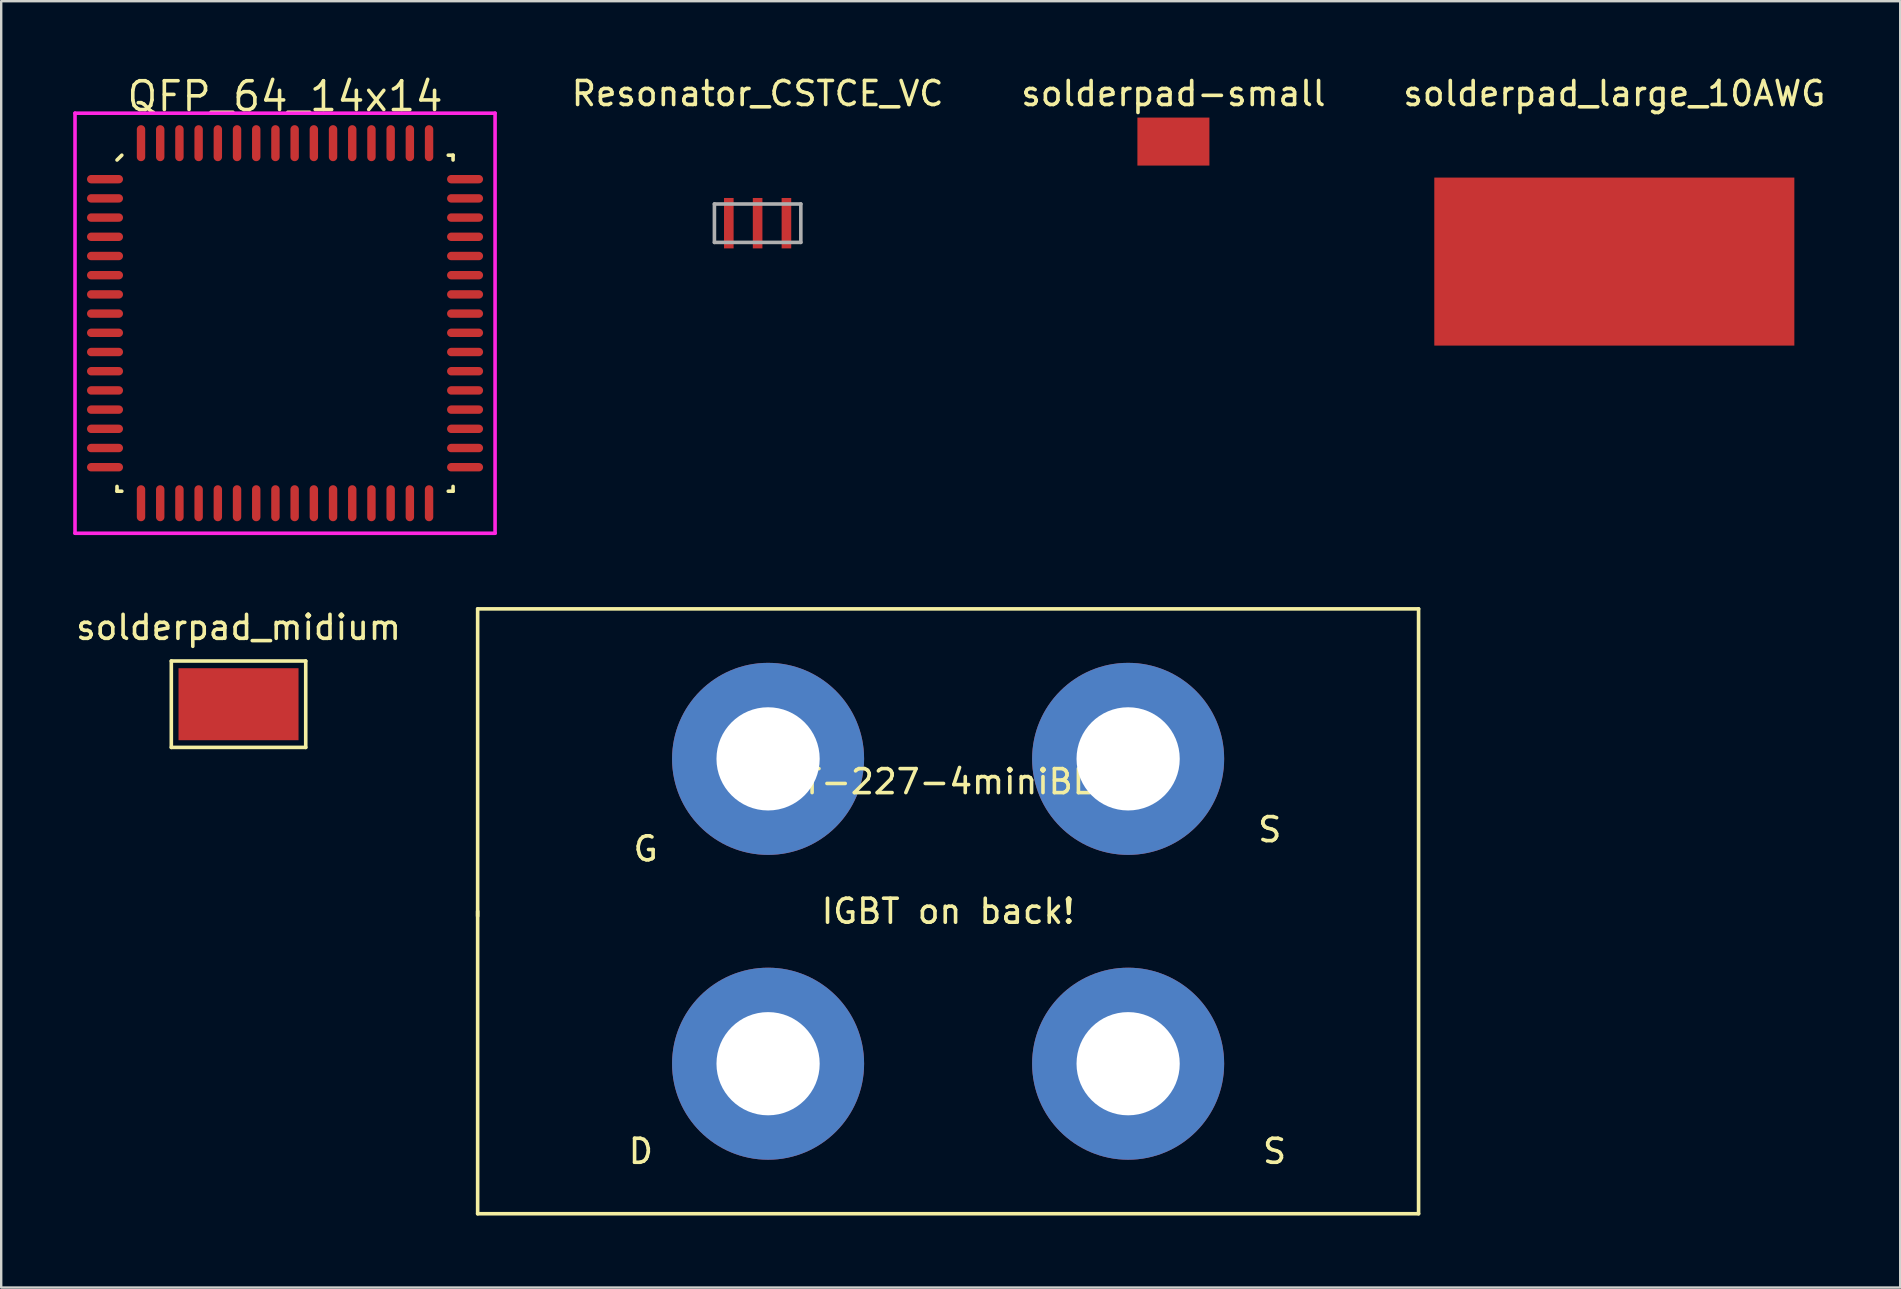
<source format=kicad_pcb>
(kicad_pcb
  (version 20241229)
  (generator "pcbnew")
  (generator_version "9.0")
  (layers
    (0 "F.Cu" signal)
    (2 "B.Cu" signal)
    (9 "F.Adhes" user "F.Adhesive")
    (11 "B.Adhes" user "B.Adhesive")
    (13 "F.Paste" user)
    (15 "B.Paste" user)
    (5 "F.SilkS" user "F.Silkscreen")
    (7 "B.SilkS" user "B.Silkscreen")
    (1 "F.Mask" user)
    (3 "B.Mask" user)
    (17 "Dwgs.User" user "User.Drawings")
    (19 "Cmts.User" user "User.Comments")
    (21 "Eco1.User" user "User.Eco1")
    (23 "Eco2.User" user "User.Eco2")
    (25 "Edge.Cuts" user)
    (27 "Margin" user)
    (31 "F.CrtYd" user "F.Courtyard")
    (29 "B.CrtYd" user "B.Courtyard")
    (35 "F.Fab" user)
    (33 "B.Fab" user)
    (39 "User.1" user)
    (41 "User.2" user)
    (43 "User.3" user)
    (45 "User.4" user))
  (footprint "solderpad_large_10AWG"
    (layer "F.Cu")
    (at 64.204 7.848)
    (property "Reference" "solderpad_large_10AWG" (at 0 -7 0) (layer "F.SilkS") (effects (font (size 1 1) (thickness 0.15))))
    (attr through_hole)
    (pad "1" smd rect (at 0 0) (size 15 7) (layers "F.Cu" "F.Mask" "F.Paste")))
  (footprint "solderpad-small"
    (layer "F.Cu")
    (at 45.835 2.848)
    (property "Reference" "solderpad-small" (at 0 -2 0) (layer "F.SilkS") (effects (font (size 1 1) (thickness 0.15))))
    (attr through_hole)
    (pad "1" smd rect (at 0 0) (size 3 2) (layers "F.Cu" "F.Mask" "F.Paste")))
  (footprint "Resonator_CSTCE_VC"
    (layer "F.Cu")
    (at 28.513 6.248)
    (property "Reference" "Resonator_CSTCE_VC" (at 0 -5.4 0) (layer "F.SilkS") (effects (font (size 1 1) (thickness 0.15))))
    (attr through_hole)
    (fp_line (start -1.8 -0.8) (end 1.8 -0.8) (stroke (width 0.15) (type solid)) (layer "F.Fab"))
    (fp_line (start -1.8 0.8) (end -1.8 -0.8) (stroke (width 0.15) (type solid)) (layer "F.Fab"))
    (fp_line (start 1.8 -0.8) (end 1.8 0.8) (stroke (width 0.15) (type solid)) (layer "F.Fab"))
    (fp_line (start 1.8 0.8) (end -1.8 0.8) (stroke (width 0.15) (type solid)) (layer "F.Fab"))
    (pad "1" smd rect (at -1.2 0) (size 0.4 2.1) (layers "F.Cu" "F.Mask" "F.Paste"))
    (pad "2" smd rect (at 0 0) (size 0.4 2.1) (layers "F.Cu" "F.Mask" "F.Paste"))
    (pad "3" smd rect (at 1.2 0) (size 0.4 2.1) (layers "F.Cu" "F.Mask" "F.Paste")))
  (footprint "solderpad_midium"
    (layer "F.Cu")
    (at 6.887 26.288)
    (property "Reference" "solderpad_midium" (at 0 -3.2 0) (layer "F.SilkS") (effects (font (size 1 1) (thickness 0.15))))
    (attr through_hole)
    (fp_line (start -2.8 -1.8) (end 2.8 -1.8) (stroke (width 0.15) (type solid)) (layer "F.SilkS"))
    (fp_line (start -2.8 1.8) (end -2.8 -1.8) (stroke (width 0.15) (type solid)) (layer "F.SilkS"))
    (fp_line (start 2.8 -1.8) (end 2.8 1.8) (stroke (width 0.15) (type solid)) (layer "F.SilkS"))
    (fp_line (start 2.8 1.8) (end -2.8 1.8) (stroke (width 0.15) (type solid)) (layer "F.SilkS"))
    (pad "1" smd rect (at 0 0) (size 5 3) (layers "F.Cu" "F.Mask" "F.Paste")))
  (footprint "SOT-227-4miniBLOC"
    (layer "F.Cu")
    (at 36.449 34.915)
    (property "Reference" "SOT-227-4miniBLOC" (at 0 -5.4 0) (layer "F.SilkS") (effects (font (size 1 1) (thickness 0.15))))
    (attr through_hole)
    (fp_line (start -19.6 -12.6) (end 19.6 -12.6) (stroke (width 0.15) (type solid)) (layer "F.SilkS"))
    (fp_line (start -19.6 0.2) (end -19.6 -12.6) (stroke (width 0.15) (type solid)) (layer "F.SilkS"))
    (fp_line (start -19.6 12.6) (end -19.6 0) (stroke (width 0.15) (type solid)) (layer "F.SilkS"))
    (fp_line (start 19.6 -12.6) (end 19.6 12.6) (stroke (width 0.15) (type solid)) (layer "F.SilkS"))
    (fp_line (start 19.6 12.6) (end -19.6 12.6) (stroke (width 0.15) (type solid)) (layer "F.SilkS"))
    (fp_text user "S" (at 13.6 10 0) (layer "F.SilkS") (effects (font (size 1 1) (thickness 0.15))))
    (fp_text user "D" (at -12.8 10 0) (layer "F.SilkS") (effects (font (size 1 1) (thickness 0.15))))
    (fp_text user "G" (at -12.6 -2.6 0) (layer "F.SilkS") (effects (font (size 1 1) (thickness 0.15))))
    (fp_text user "S" (at 13.4 -3.4 0) (layer "F.SilkS") (effects (font (size 1 1) (thickness 0.15))))
    (fp_text user "IGBT on back!" (at 0 0 0) (layer "F.SilkS") (effects (font (size 1 1) (thickness 0.15))))
    (pad "D" thru_hole circle (at -7.5 6.35) (size 8 8) (drill 4.3) (layers "*.Cu" "*.Mask"))
    (pad "G" thru_hole circle (at -7.5 -6.35) (size 8 8) (drill 4.3) (layers "*.Cu" "*.Mask"))
    (pad "S" thru_hole circle (at 7.5 -6.35) (size 8 8) (drill 4.3) (layers "*.Cu" "*.Mask"))
    (pad "S" thru_hole circle (at 7.5 6.35) (size 8 8) (drill 4.3) (layers "*.Cu" "*.Mask")))
  (footprint "QFP_64_14x14"
    (layer "F.Cu")
    (at 8.825 10.415)
    (property "Reference" "QFP_64_14x14" (at 0 -9.45 0) (layer "F.SilkS") (effects (font (size 1.2 1.2) (thickness 0.15))))
    (attr through_hole)
    (fp_line (start -7 -6.8) (end -6.8 -7) (stroke (width 0.15) (type solid)) (layer "F.SilkS"))
    (fp_line (start -7 7) (end -7 6.8) (stroke (width 0.15) (type solid)) (layer "F.SilkS"))
    (fp_line (start -6.8 7) (end -7 7) (stroke (width 0.15) (type solid)) (layer "F.SilkS"))
    (fp_line (start 6.8 -7) (end 7 -7) (stroke (width 0.15) (type solid)) (layer "F.SilkS"))
    (fp_line (start 6.8 7) (end 7 7) (stroke (width 0.15) (type solid)) (layer "F.SilkS"))
    (fp_line (start 7 -7) (end 7 -6.8) (stroke (width 0.15) (type solid)) (layer "F.SilkS"))
    (fp_line (start 7 7) (end 7 6.8) (stroke (width 0.15) (type solid)) (layer "F.SilkS"))
    (fp_line (start -8.75 -8.75) (end 8.75 -8.75) (stroke (width 0.15) (type solid)) (layer "F.CrtYd"))
    (fp_line (start -8.75 8.75) (end -8.75 -8.75) (stroke (width 0.15) (type solid)) (layer "F.CrtYd"))
    (fp_line (start 8.75 -8.75) (end 8.75 8.75) (stroke (width 0.15) (type solid)) (layer "F.CrtYd"))
    (fp_line (start 8.75 8.75) (end -8.75 8.75) (stroke (width 0.15) (type solid)) (layer "F.CrtYd"))
    (pad "1" smd oval (at -7.5 -6 90) (size 0.35 1.5) (layers "F.Cu" "F.Mask" "F.Paste"))
    (pad "2" smd oval (at -7.5 -5.2 90) (size 0.35 1.5) (layers "F.Cu" "F.Mask" "F.Paste"))
    (pad "3" smd oval (at -7.5 -4.4 90) (size 0.35 1.5) (layers "F.Cu" "F.Mask" "F.Paste"))
    (pad "4" smd oval (at -7.5 -3.6 90) (size 0.35 1.5) (layers "F.Cu" "F.Mask" "F.Paste"))
    (pad "5" smd oval (at -7.5 -2.8 90) (size 0.35 1.5) (layers "F.Cu" "F.Mask" "F.Paste"))
    (pad "6" smd oval (at -7.5 -2 90) (size 0.35 1.5) (layers "F.Cu" "F.Mask" "F.Paste"))
    (pad "7" smd oval (at -7.5 -1.2 90) (size 0.35 1.5) (layers "F.Cu" "F.Mask" "F.Paste"))
    (pad "8" smd oval (at -7.5 -0.4 90) (size 0.35 1.5) (layers "F.Cu" "F.Mask" "F.Paste"))
    (pad "9" smd oval (at -7.5 0.4 90) (size 0.35 1.5) (layers "F.Cu" "F.Mask" "F.Paste"))
    (pad "10" smd oval (at -7.5 1.2 90) (size 0.35 1.5) (layers "F.Cu" "F.Mask" "F.Paste"))
    (pad "11" smd oval (at -7.5 2 90) (size 0.35 1.5) (layers "F.Cu" "F.Mask" "F.Paste"))
    (pad "12" smd oval (at -7.5 2.8 90) (size 0.35 1.5) (layers "F.Cu" "F.Mask" "F.Paste"))
    (pad "13" smd oval (at -7.5 3.6 90) (size 0.35 1.5) (layers "F.Cu" "F.Mask" "F.Paste"))
    (pad "14" smd oval (at -7.5 4.4 90) (size 0.35 1.5) (layers "F.Cu" "F.Mask" "F.Paste"))
    (pad "15" smd oval (at -7.5 5.2 90) (size 0.35 1.5) (layers "F.Cu" "F.Mask" "F.Paste"))
    (pad "16" smd oval (at -7.5 6 90) (size 0.35 1.5) (layers "F.Cu" "F.Mask" "F.Paste"))
    (pad "17" smd oval (at -6 7.5) (size 0.35 1.5) (layers "F.Cu" "F.Mask" "F.Paste"))
    (pad "18" smd oval (at -5.2 7.5) (size 0.35 1.5) (layers "F.Cu" "F.Mask" "F.Paste"))
    (pad "19" smd oval (at -4.4 7.5) (size 0.35 1.5) (layers "F.Cu" "F.Mask" "F.Paste"))
    (pad "20" smd oval (at -3.6 7.5) (size 0.35 1.5) (layers "F.Cu" "F.Mask" "F.Paste"))
    (pad "21" smd oval (at -2.8 7.5) (size 0.35 1.5) (layers "F.Cu" "F.Mask" "F.Paste"))
    (pad "22" smd oval (at -2 7.5) (size 0.35 1.5) (layers "F.Cu" "F.Mask" "F.Paste"))
    (pad "23" smd oval (at -1.2 7.5) (size 0.35 1.5) (layers "F.Cu" "F.Mask" "F.Paste"))
    (pad "24" smd oval (at -0.4 7.5) (size 0.35 1.5) (layers "F.Cu" "F.Mask" "F.Paste"))
    (pad "25" smd oval (at 0.4 7.5) (size 0.35 1.5) (layers "F.Cu" "F.Mask" "F.Paste"))
    (pad "26" smd oval (at 1.2 7.5) (size 0.35 1.5) (layers "F.Cu" "F.Mask" "F.Paste"))
    (pad "27" smd oval (at 2 7.5) (size 0.35 1.5) (layers "F.Cu" "F.Mask" "F.Paste"))
    (pad "28" smd oval (at 2.8 7.5) (size 0.35 1.5) (layers "F.Cu" "F.Mask" "F.Paste"))
    (pad "29" smd oval (at 3.6 7.5) (size 0.35 1.5) (layers "F.Cu" "F.Mask" "F.Paste"))
    (pad "30" smd oval (at 4.4 7.5) (size 0.35 1.5) (layers "F.Cu" "F.Mask" "F.Paste"))
    (pad "31" smd oval (at 5.2 7.5) (size 0.35 1.5) (layers "F.Cu" "F.Mask" "F.Paste"))
    (pad "32" smd oval (at 6 7.5) (size 0.35 1.5) (layers "F.Cu" "F.Mask" "F.Paste"))
    (pad "33" smd oval (at 7.5 6 90) (size 0.35 1.5) (layers "F.Cu" "F.Mask" "F.Paste"))
    (pad "34" smd oval (at 7.5 5.2 90) (size 0.35 1.5) (layers "F.Cu" "F.Mask" "F.Paste"))
    (pad "35" smd oval (at 7.5 4.4 90) (size 0.35 1.5) (layers "F.Cu" "F.Mask" "F.Paste"))
    (pad "36" smd oval (at 7.5 3.6 90) (size 0.35 1.5) (layers "F.Cu" "F.Mask" "F.Paste"))
    (pad "37" smd oval (at 7.5 2.8 90) (size 0.35 1.5) (layers "F.Cu" "F.Mask" "F.Paste"))
    (pad "38" smd oval (at 7.5 2 90) (size 0.35 1.5) (layers "F.Cu" "F.Mask" "F.Paste"))
    (pad "39" smd oval (at 7.5 1.2 90) (size 0.35 1.5) (layers "F.Cu" "F.Mask" "F.Paste"))
    (pad "40" smd oval (at 7.5 0.4 90) (size 0.35 1.5) (layers "F.Cu" "F.Mask" "F.Paste"))
    (pad "41" smd oval (at 7.5 -0.4 90) (size 0.35 1.5) (layers "F.Cu" "F.Mask" "F.Paste"))
    (pad "42" smd oval (at 7.5 -1.2 90) (size 0.35 1.5) (layers "F.Cu" "F.Mask" "F.Paste"))
    (pad "43" smd oval (at 7.5 -2 90) (size 0.35 1.5) (layers "F.Cu" "F.Mask" "F.Paste"))
    (pad "44" smd oval (at 7.5 -2.8 90) (size 0.35 1.5) (layers "F.Cu" "F.Mask" "F.Paste"))
    (pad "45" smd oval (at 7.5 -3.6 90) (size 0.35 1.5) (layers "F.Cu" "F.Mask" "F.Paste"))
    (pad "46" smd oval (at 7.5 -4.4 90) (size 0.35 1.5) (layers "F.Cu" "F.Mask" "F.Paste"))
    (pad "47" smd oval (at 7.5 -5.2 90) (size 0.35 1.5) (layers "F.Cu" "F.Mask" "F.Paste"))
    (pad "48" smd oval (at 7.5 -6 90) (size 0.35 1.5) (layers "F.Cu" "F.Mask" "F.Paste"))
    (pad "49" smd oval (at 6 -7.5) (size 0.35 1.5) (layers "F.Cu" "F.Mask" "F.Paste"))
    (pad "50" smd oval (at 5.2 -7.5) (size 0.35 1.5) (layers "F.Cu" "F.Mask" "F.Paste"))
    (pad "51" smd oval (at 4.4 -7.5) (size 0.35 1.5) (layers "F.Cu" "F.Mask" "F.Paste"))
    (pad "52" smd oval (at 3.6 -7.5) (size 0.35 1.5) (layers "F.Cu" "F.Mask" "F.Paste"))
    (pad "53" smd oval (at 2.8 -7.5) (size 0.35 1.5) (layers "F.Cu" "F.Mask" "F.Paste"))
    (pad "54" smd oval (at 2 -7.5) (size 0.35 1.5) (layers "F.Cu" "F.Mask" "F.Paste"))
    (pad "55" smd oval (at 1.2 -7.5) (size 0.35 1.5) (layers "F.Cu" "F.Mask" "F.Paste"))
    (pad "56" smd oval (at 0.4 -7.5) (size 0.35 1.5) (layers "F.Cu" "F.Mask" "F.Paste"))
    (pad "57" smd oval (at -0.4 -7.5) (size 0.35 1.5) (layers "F.Cu" "F.Mask" "F.Paste"))
    (pad "58" smd oval (at -1.2 -7.5) (size 0.35 1.5) (layers "F.Cu" "F.Mask" "F.Paste"))
    (pad "59" smd oval (at -2 -7.5) (size 0.35 1.5) (layers "F.Cu" "F.Mask" "F.Paste"))
    (pad "60" smd oval (at -2.8 -7.5) (size 0.35 1.5) (layers "F.Cu" "F.Mask" "F.Paste"))
    (pad "61" smd oval (at -3.6 -7.5) (size 0.35 1.5) (layers "F.Cu" "F.Mask" "F.Paste"))
    (pad "62" smd oval (at -4.4 -7.5) (size 0.35 1.5) (layers "F.Cu" "F.Mask" "F.Paste"))
    (pad "63" smd oval (at -5.2 -7.5) (size 0.35 1.5) (layers "F.Cu" "F.Mask" "F.Paste"))
    (pad "64" smd oval (at -6 -7.5) (size 0.35 1.5) (layers "F.Cu" "F.Mask" "F.Paste")))
  (gr_rect
    (start -3 -3)
    (end 76.114 50.59)
    (stroke (width 0.1) (type default))
    (fill no)
    (layer "Edge.Cuts")))
</source>
